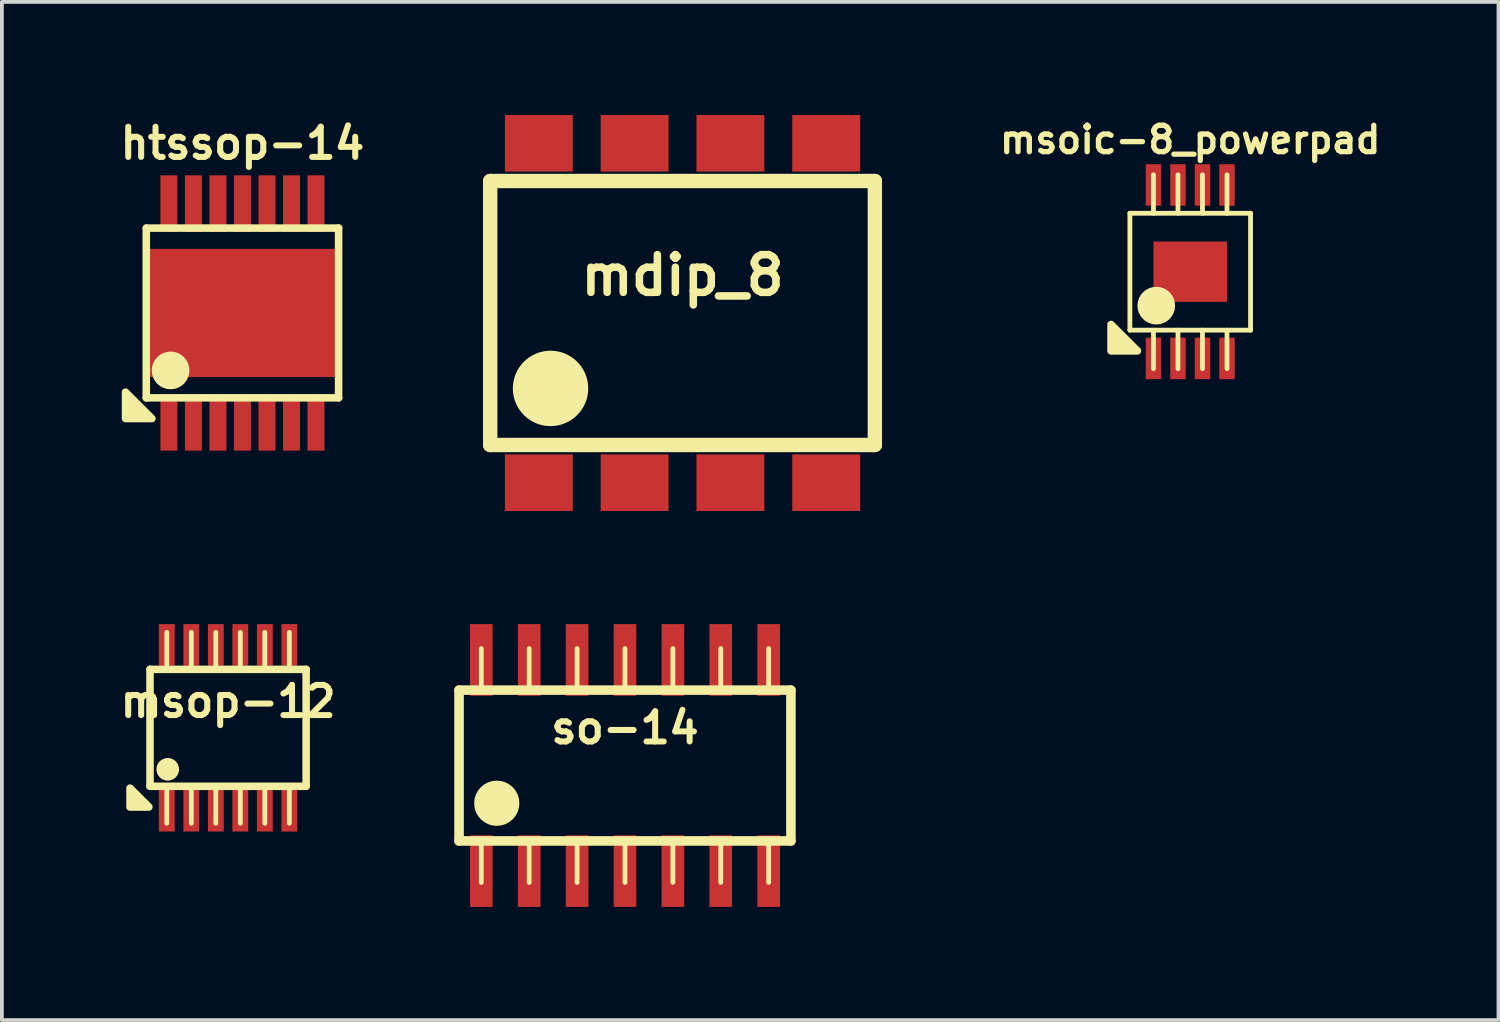
<source format=kicad_pcb>
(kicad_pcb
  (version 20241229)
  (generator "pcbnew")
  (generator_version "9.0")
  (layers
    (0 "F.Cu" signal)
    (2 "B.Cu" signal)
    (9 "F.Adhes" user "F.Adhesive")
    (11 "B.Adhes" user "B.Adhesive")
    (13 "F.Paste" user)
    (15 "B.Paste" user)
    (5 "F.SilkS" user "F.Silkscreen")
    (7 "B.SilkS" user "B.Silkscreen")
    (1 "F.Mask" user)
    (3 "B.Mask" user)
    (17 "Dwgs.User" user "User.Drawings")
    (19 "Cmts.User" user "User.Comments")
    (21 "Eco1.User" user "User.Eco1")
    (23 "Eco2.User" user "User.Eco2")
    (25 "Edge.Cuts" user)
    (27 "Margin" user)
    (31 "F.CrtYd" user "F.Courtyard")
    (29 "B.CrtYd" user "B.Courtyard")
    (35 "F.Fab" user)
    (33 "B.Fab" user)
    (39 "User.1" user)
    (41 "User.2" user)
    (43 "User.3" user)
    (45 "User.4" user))
  (footprint "so-14"
    (layer "F.Cu")
    (at 13.523 17.25)
    (property "Reference" "so-14" (at 0 -1 0) (layer "F.SilkS") (effects (font (size 0.8 0.8) (thickness 0.16))))
    (attr smd)
    (fp_line (start -4.4 -2) (end -4.4 2) (stroke (width 0.254) (type solid)) (layer "F.SilkS"))
    (fp_line (start -4.4 2) (end 4.4 2) (stroke (width 0.254) (type solid)) (layer "F.SilkS"))
    (fp_line (start -3.81 -3.1) (end -3.81 -2) (stroke (width 0.127) (type solid)) (layer "F.SilkS"))
    (fp_line (start -3.81 2) (end -3.81 3.1) (stroke (width 0.127) (type solid)) (layer "F.SilkS"))
    (fp_line (start -2.54 -2) (end -2.54 -3.1) (stroke (width 0.127) (type solid)) (layer "F.SilkS"))
    (fp_line (start -2.54 3.1) (end -2.54 2) (stroke (width 0.127) (type solid)) (layer "F.SilkS"))
    (fp_line (start -1.27 -2) (end -1.27 -3.1) (stroke (width 0.127) (type solid)) (layer "F.SilkS"))
    (fp_line (start -1.27 3.1) (end -1.27 2) (stroke (width 0.127) (type solid)) (layer "F.SilkS"))
    (fp_line (start 0 -2) (end 0 -3.1) (stroke (width 0.127) (type solid)) (layer "F.SilkS"))
    (fp_line (start 0 3.1) (end 0 2) (stroke (width 0.127) (type solid)) (layer "F.SilkS"))
    (fp_line (start 1.27 -2) (end 1.27 -3.1) (stroke (width 0.127) (type solid)) (layer "F.SilkS"))
    (fp_line (start 1.27 3.1) (end 1.27 2) (stroke (width 0.127) (type solid)) (layer "F.SilkS"))
    (fp_line (start 2.54 -3.1) (end 2.54 -2) (stroke (width 0.127) (type solid)) (layer "F.SilkS"))
    (fp_line (start 2.54 2) (end 2.54 3.1) (stroke (width 0.127) (type solid)) (layer "F.SilkS"))
    (fp_line (start 3.81 -3.1) (end 3.81 -2) (stroke (width 0.127) (type solid)) (layer "F.SilkS"))
    (fp_line (start 3.81 2) (end 3.81 3.1) (stroke (width 0.127) (type solid)) (layer "F.SilkS"))
    (fp_line (start 4.4 -2) (end -4.4 -2) (stroke (width 0.254) (type solid)) (layer "F.SilkS"))
    (fp_line (start 4.4 2) (end 4.4 -2) (stroke (width 0.254) (type solid)) (layer "F.SilkS"))
    (fp_circle (center -3.4 1) (end -3.1 1) (stroke (width 0.6) (type solid)) (fill no) (layer "F.SilkS"))
    (pad "1" smd rect (at -3.81 2.8) (size 0.6 1.9) (layers "F.Cu" "F.Mask" "F.Paste"))
    (pad "2" smd rect (at -2.54 2.8) (size 0.6 1.9) (layers "F.Cu" "F.Mask" "F.Paste"))
    (pad "3" smd rect (at -1.27 2.8) (size 0.6 1.9) (layers "F.Cu" "F.Mask" "F.Paste"))
    (pad "4" smd rect (at 0 2.8) (size 0.6 1.9) (layers "F.Cu" "F.Mask" "F.Paste"))
    (pad "5" smd rect (at 1.27 2.8) (size 0.6 1.9) (layers "F.Cu" "F.Mask" "F.Paste"))
    (pad "6" smd rect (at 2.54 2.8) (size 0.6 1.9) (layers "F.Cu" "F.Mask" "F.Paste"))
    (pad "7" smd rect (at 3.81 2.8) (size 0.6 1.9) (layers "F.Cu" "F.Mask" "F.Paste"))
    (pad "8" smd rect (at 3.81 -2.8) (size 0.6 1.9) (layers "F.Cu" "F.Mask" "F.Paste"))
    (pad "9" smd rect (at 2.54 -2.8) (size 0.6 1.9) (layers "F.Cu" "F.Mask" "F.Paste"))
    (pad "10" smd rect (at 1.27 -2.8) (size 0.6 1.9) (layers "F.Cu" "F.Mask" "F.Paste"))
    (pad "11" smd rect (at 0 -2.8) (size 0.6 1.9) (layers "F.Cu" "F.Mask" "F.Paste"))
    (pad "12" smd rect (at -1.27 -2.8) (size 0.6 1.9) (layers "F.Cu" "F.Mask" "F.Paste"))
    (pad "13" smd rect (at -2.54 -2.8) (size 0.6 1.9) (layers "F.Cu" "F.Mask" "F.Paste"))
    (pad "14" smd rect (at -3.81 -2.8) (size 0.6 1.9) (layers "F.Cu" "F.Mask" "F.Paste")))
  (footprint "mdip_8"
    (layer "F.Cu")
    (at 15.049 5.25)
    (property "Reference" "mdip_8" (at 0 -1 0) (layer "F.SilkS") (effects (font (size 1 1) (thickness 0.2))))
    (attr smd)
    (fp_line (start -5.1 -3.5) (end -5.1 3.5) (stroke (width 0.381) (type solid)) (layer "F.SilkS"))
    (fp_line (start -5.1 3.5) (end 5.1 3.5) (stroke (width 0.381) (type solid)) (layer "F.SilkS"))
    (fp_line (start 5.1 -3.5) (end -5.1 -3.5) (stroke (width 0.381) (type solid)) (layer "F.SilkS"))
    (fp_line (start 5.1 3.5) (end 5.1 -3.5) (stroke (width 0.381) (type solid)) (layer "F.SilkS"))
    (fp_circle (center -3.5 2) (end -3 2) (stroke (width 1) (type solid)) (fill no) (layer "F.SilkS"))
    (pad "1" smd rect (at -3.81 4.5) (size 1.8 1.5) (layers "F.Cu" "F.Mask" "F.Paste"))
    (pad "2" smd rect (at -1.27 4.5) (size 1.8 1.5) (layers "F.Cu" "F.Mask" "F.Paste"))
    (pad "3" smd rect (at 1.27 4.5) (size 1.8 1.5) (layers "F.Cu" "F.Mask" "F.Paste"))
    (pad "4" smd rect (at 3.81 4.5) (size 1.8 1.5) (layers "F.Cu" "F.Mask" "F.Paste"))
    (pad "5" smd rect (at 3.81 -4.5) (size 1.8 1.5) (layers "F.Cu" "F.Mask" "F.Paste"))
    (pad "6" smd rect (at 1.27 -4.5) (size 1.8 1.5) (layers "F.Cu" "F.Mask" "F.Paste"))
    (pad "7" smd rect (at -1.27 -4.5) (size 1.8 1.5) (layers "F.Cu" "F.Mask" "F.Paste"))
    (pad "8" smd rect (at -3.81 -4.5) (size 1.8 1.5) (layers "F.Cu" "F.Mask" "F.Paste")))
  (footprint "msop-12"
    (layer "F.Cu")
    (at 2.998 16.25)
    (property "Reference" "msop-12" (at 0 -0.7 0) (layer "F.SilkS") (effects (font (size 0.8 0.8) (thickness 0.16))))
    (attr smd)
    (fp_line (start -2.07 -1.55) (end -2.07 1.55) (stroke (width 0.2) (type solid)) (layer "F.SilkS"))
    (fp_line (start -2.07 -1.55) (end 2.07 -1.55) (stroke (width 0.2) (type solid)) (layer "F.SilkS"))
    (fp_line (start -2.07 1.55) (end 2.07 1.55) (stroke (width 0.2) (type solid)) (layer "F.SilkS"))
    (fp_line (start -1.625 -2.53) (end -1.625 -1.55) (stroke (width 0.127) (type solid)) (layer "F.SilkS"))
    (fp_line (start -1.625 2.53) (end -1.625 1.55) (stroke (width 0.127) (type solid)) (layer "F.SilkS"))
    (fp_line (start -0.975 -2.53) (end -0.975 -1.55) (stroke (width 0.127) (type solid)) (layer "F.SilkS"))
    (fp_line (start -0.975 2.53) (end -0.975 1.55) (stroke (width 0.127) (type solid)) (layer "F.SilkS"))
    (fp_line (start -0.325 -2.53) (end -0.325 -1.55) (stroke (width 0.127) (type solid)) (layer "F.SilkS"))
    (fp_line (start -0.325 2.53) (end -0.325 1.55) (stroke (width 0.127) (type solid)) (layer "F.SilkS"))
    (fp_line (start 0.325 -2.53) (end 0.325 -1.55) (stroke (width 0.127) (type solid)) (layer "F.SilkS"))
    (fp_line (start 0.325 2.53) (end 0.325 1.55) (stroke (width 0.127) (type solid)) (layer "F.SilkS"))
    (fp_line (start 0.975 -2.53) (end 0.975 -1.55) (stroke (width 0.127) (type solid)) (layer "F.SilkS"))
    (fp_line (start 0.975 2.53) (end 0.975 1.55) (stroke (width 0.127) (type solid)) (layer "F.SilkS"))
    (fp_line (start 1.625 -2.53) (end 1.625 -1.55) (stroke (width 0.127) (type solid)) (layer "F.SilkS"))
    (fp_line (start 1.625 2.53) (end 1.625 1.55) (stroke (width 0.127) (type solid)) (layer "F.SilkS"))
    (fp_line (start 2.07 1.55) (end 2.07 -1.55) (stroke (width 0.2) (type solid)) (layer "F.SilkS"))
    (fp_circle (center -1.6 1.1) (end -1.45 1.1) (stroke (width 0.3) (type solid)) (fill no) (layer "F.SilkS"))
    (fp_poly (pts (xy -2.1 2.1) (xy -2.6 2.1) (xy -2.6 1.6)) (stroke (width 0.2) (type solid)) (fill yes) (layer "F.SilkS"))
    (pad "1" smd rect (at -1.625 2.2) (size 0.42 1.1) (layers "F.Cu" "F.Mask" "F.Paste"))
    (pad "2" smd rect (at -0.975 2.2) (size 0.42 1.1) (layers "F.Cu" "F.Mask" "F.Paste"))
    (pad "3" smd rect (at -0.325 2.2) (size 0.42 1.1) (layers "F.Cu" "F.Mask" "F.Paste"))
    (pad "4" smd rect (at 0.325 2.2) (size 0.42 1.1) (layers "F.Cu" "F.Mask" "F.Paste"))
    (pad "5" smd rect (at 0.975 2.2) (size 0.42 1.1) (layers "F.Cu" "F.Mask" "F.Paste"))
    (pad "6" smd rect (at 1.625 2.2) (size 0.42 1.1) (layers "F.Cu" "F.Mask" "F.Paste"))
    (pad "7" smd rect (at 1.625 -2.2) (size 0.42 1.1) (layers "F.Cu" "F.Mask" "F.Paste"))
    (pad "8" smd rect (at 0.975 -2.2) (size 0.42 1.1) (layers "F.Cu" "F.Mask" "F.Paste"))
    (pad "9" smd rect (at 0.325 -2.2) (size 0.42 1.1) (layers "F.Cu" "F.Mask" "F.Paste"))
    (pad "10" smd rect (at -0.325 -2.2) (size 0.42 1.1) (layers "F.Cu" "F.Mask" "F.Paste"))
    (pad "11" smd rect (at -0.975 -2.2) (size 0.42 1.1) (layers "F.Cu" "F.Mask" "F.Paste"))
    (pad "12" smd rect (at -1.625 -2.2) (size 0.42 1.1) (layers "F.Cu" "F.Mask" "F.Paste")))
  (footprint "msoic-8_powerpad"
    (layer "F.Cu")
    (at 28.512 4.155)
    (property "Reference" "msoic-8_powerpad" (at 0 -3.5 0) (layer "F.SilkS") (effects (font (size 0.7 0.7) (thickness 0.14))))
    (attr smd)
    (fp_line (start -1.6 -1.55) (end -1.6 1.55) (stroke (width 0.127) (type solid)) (layer "F.SilkS"))
    (fp_line (start -1.6 1.55) (end 1.6 1.55) (stroke (width 0.127) (type solid)) (layer "F.SilkS"))
    (fp_line (start -0.975 -1.55) (end -0.975 -2.57) (stroke (width 0.127) (type solid)) (layer "F.SilkS"))
    (fp_line (start -0.975 1.55) (end -0.975 2.57) (stroke (width 0.127) (type solid)) (layer "F.SilkS"))
    (fp_line (start -0.325 -1.55) (end -0.325 -2.57) (stroke (width 0.127) (type solid)) (layer "F.SilkS"))
    (fp_line (start -0.325 1.55) (end -0.325 2.57) (stroke (width 0.127) (type solid)) (layer "F.SilkS"))
    (fp_line (start 0.325 -1.55) (end 0.325 -2.57) (stroke (width 0.127) (type solid)) (layer "F.SilkS"))
    (fp_line (start 0.325 1.55) (end 0.325 2.57) (stroke (width 0.127) (type solid)) (layer "F.SilkS"))
    (fp_line (start 0.975 -1.55) (end 0.975 -2.57) (stroke (width 0.127) (type solid)) (layer "F.SilkS"))
    (fp_line (start 0.975 1.55) (end 0.975 2.57) (stroke (width 0.127) (type solid)) (layer "F.SilkS"))
    (fp_line (start 1.6 -1.55) (end -1.6 -1.55) (stroke (width 0.127) (type solid)) (layer "F.SilkS"))
    (fp_line (start 1.6 1.55) (end 1.6 -1.55) (stroke (width 0.127) (type solid)) (layer "F.SilkS"))
    (fp_circle (center -0.9 0.9) (end -0.65 0.9) (stroke (width 0.5) (type solid)) (fill no) (layer "F.SilkS"))
    (fp_poly (pts (xy -1.4 2.1) (xy -2.1 2.1) (xy -2.1 1.4)) (stroke (width 0.2) (type solid)) (fill yes) (layer "F.SilkS"))
    (pad "" smd rect (at -0.475 -0.375) (size 0.85 0.65) (layers "F.Paste"))
    (pad "" smd rect (at -0.475 0.375) (size 0.85 0.65) (layers "F.Paste"))
    (pad "" smd rect (at 0.475 -0.375) (size 0.85 0.65) (layers "F.Paste"))
    (pad "" smd rect (at 0.475 0.375) (size 0.85 0.65) (layers "F.Paste"))
    (pad "1" smd rect (at -0.975 2.3) (size 0.41 1.1) (layers "F.Cu" "F.Mask" "F.Paste"))
    (pad "2" smd rect (at -0.325 2.3) (size 0.41 1.1) (layers "F.Cu" "F.Mask" "F.Paste"))
    (pad "3" smd rect (at 0.325 2.3) (size 0.41 1.1) (layers "F.Cu" "F.Mask" "F.Paste"))
    (pad "4" smd rect (at 0.975 2.3) (size 0.41 1.1) (layers "F.Cu" "F.Mask" "F.Paste"))
    (pad "5" smd rect (at 0.975 -2.3) (size 0.41 1.1) (layers "F.Cu" "F.Mask" "F.Paste"))
    (pad "6" smd rect (at 0.325 -2.3) (size 0.41 1.1) (layers "F.Cu" "F.Mask" "F.Paste"))
    (pad "7" smd rect (at -0.325 -2.3) (size 0.41 1.1) (layers "F.Cu" "F.Mask" "F.Paste"))
    (pad "8" smd rect (at -0.975 -2.3) (size 0.41 1.1) (layers "F.Cu" "F.Mask" "F.Paste"))
    (pad "9" smd rect (at 0 0) (size 1.95 1.6) (layers "F.Cu" "F.Mask")))
  (footprint "htssop-14"
    (layer "F.Cu")
    (at 3.379 5.249)
    (property "Reference" "htssop-14" (at 0 -4.5 0) (layer "F.SilkS") (effects (font (size 0.8 0.8) (thickness 0.16))))
    (attr smd)
    (fp_line (start -2.55 -2.25) (end -2.55 2.25) (stroke (width 0.2) (type solid)) (layer "F.SilkS"))
    (fp_line (start -2.55 2.25) (end 2.55 2.25) (stroke (width 0.2) (type solid)) (layer "F.SilkS"))
    (fp_line (start 2.55 -2.25) (end -2.55 -2.25) (stroke (width 0.2) (type solid)) (layer "F.SilkS"))
    (fp_line (start 2.55 2.25) (end 2.55 -2.25) (stroke (width 0.2) (type solid)) (layer "F.SilkS"))
    (fp_circle (center -1.905 1.524) (end -1.655 1.524) (stroke (width 0.5) (type solid)) (fill no) (layer "F.SilkS"))
    (fp_poly (pts (xy -2.4 2.8) (xy -3.1 2.8) (xy -3.1 2.1)) (stroke (width 0.2) (type solid)) (fill yes) (layer "F.SilkS"))
    (pad "" smd rect (at -1.1 -1) (size 0.9 0.9) (layers "F.Paste"))
    (pad "" smd rect (at -1.1 0) (size 0.9 0.9) (layers "F.Paste"))
    (pad "" smd rect (at -1.1 1) (size 0.9 0.9) (layers "F.Paste"))
    (pad "" smd rect (at 0 -1) (size 1.1 0.9) (layers "F.Paste"))
    (pad "" smd rect (at 0 0) (size 1.1 0.9) (layers "F.Paste"))
    (pad "" smd rect (at 0 0) (size 3.255 3.155) (layers "F.Mask"))
    (pad "" smd rect (at 0 1) (size 1.1 0.9) (layers "F.Paste"))
    (pad "" smd rect (at 1.1 -1) (size 0.9 0.9) (layers "F.Paste"))
    (pad "" smd rect (at 1.1 0) (size 0.9 0.9) (layers "F.Paste"))
    (pad "" smd rect (at 1.1 1) (size 0.9 0.9) (layers "F.Paste"))
    (pad "1" smd rect (at -1.95 2.9) (size 0.45 1.5) (layers "F.Cu" "F.Mask" "F.Paste"))
    (pad "2" smd rect (at -1.3 2.9) (size 0.45 1.5) (layers "F.Cu" "F.Mask" "F.Paste"))
    (pad "3" smd rect (at -0.65 2.9) (size 0.45 1.5) (layers "F.Cu" "F.Mask" "F.Paste"))
    (pad "4" smd rect (at 0 2.9) (size 0.45 1.5) (layers "F.Cu" "F.Mask" "F.Paste"))
    (pad "5" smd rect (at 0.65 2.9) (size 0.45 1.5) (layers "F.Cu" "F.Mask" "F.Paste"))
    (pad "6" smd rect (at 1.3 2.9) (size 0.45 1.5) (layers "F.Cu" "F.Mask" "F.Paste"))
    (pad "7" smd rect (at 1.95 2.9) (size 0.45 1.5) (layers "F.Cu" "F.Mask" "F.Paste"))
    (pad "8" smd rect (at 1.95 -2.9) (size 0.45 1.5) (layers "F.Cu" "F.Mask" "F.Paste"))
    (pad "9" smd rect (at 1.3 -2.9) (size 0.45 1.5) (layers "F.Cu" "F.Mask" "F.Paste"))
    (pad "10" smd rect (at 0.65 -2.9) (size 0.45 1.5) (layers "F.Cu" "F.Mask" "F.Paste"))
    (pad "11" smd rect (at 0 -2.9) (size 0.45 1.5) (layers "F.Cu" "F.Mask" "F.Paste"))
    (pad "12" smd rect (at -0.65 -2.9) (size 0.45 1.5) (layers "F.Cu" "F.Mask" "F.Paste"))
    (pad "13" smd rect (at -1.3 -2.9) (size 0.45 1.5) (layers "F.Cu" "F.Mask" "F.Paste"))
    (pad "14" smd rect (at -1.95 -2.9) (size 0.45 1.5) (layers "F.Cu" "F.Mask" "F.Paste"))
    (pad "15" smd rect (at 0 0) (size 5 3.4) (layers "F.Cu")))
  (gr_rect
    (start -3 -3)
    (end 36.686 24)
    (stroke (width 0.1) (type default))
    (fill no)
    (layer "Edge.Cuts")))
</source>
